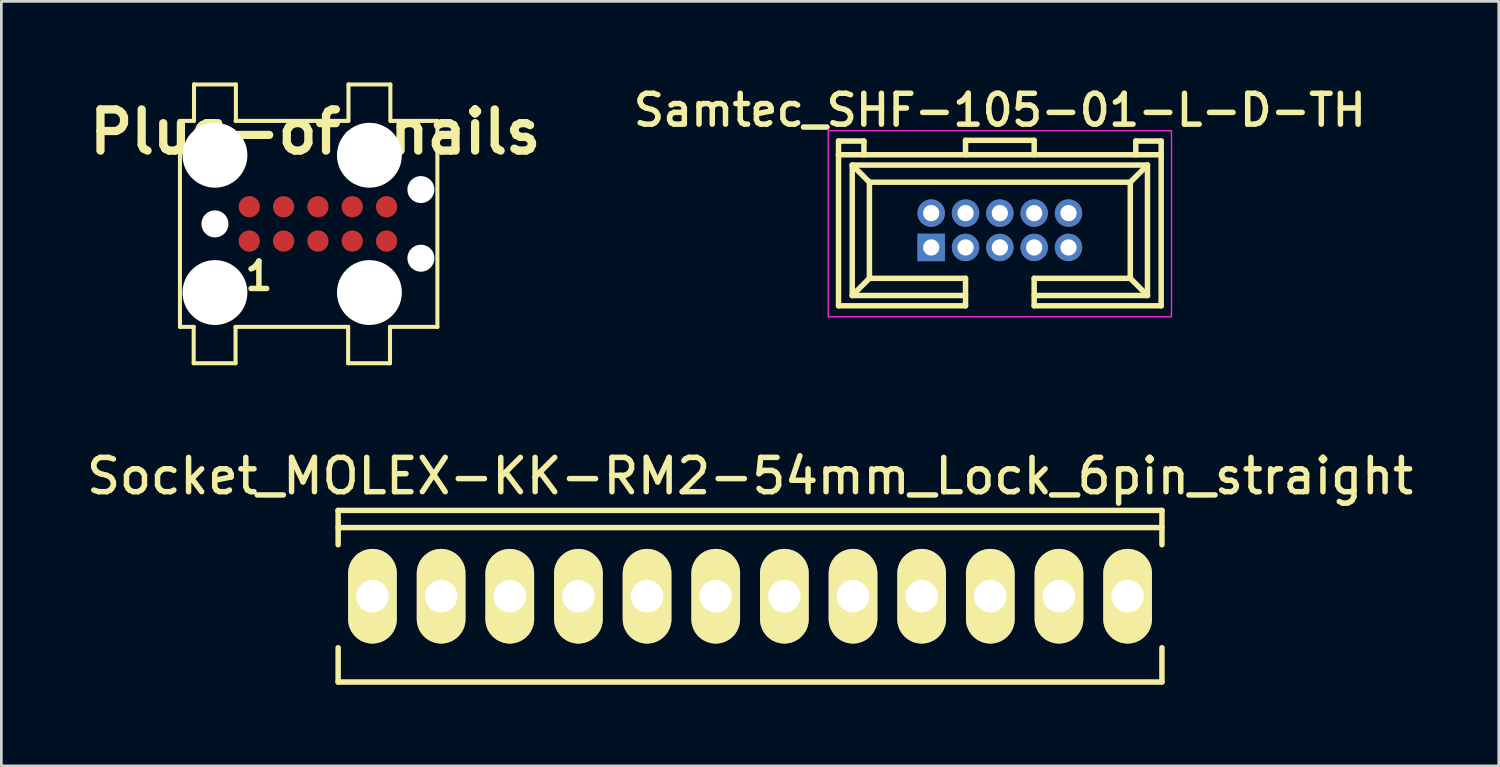
<source format=kicad_pcb>
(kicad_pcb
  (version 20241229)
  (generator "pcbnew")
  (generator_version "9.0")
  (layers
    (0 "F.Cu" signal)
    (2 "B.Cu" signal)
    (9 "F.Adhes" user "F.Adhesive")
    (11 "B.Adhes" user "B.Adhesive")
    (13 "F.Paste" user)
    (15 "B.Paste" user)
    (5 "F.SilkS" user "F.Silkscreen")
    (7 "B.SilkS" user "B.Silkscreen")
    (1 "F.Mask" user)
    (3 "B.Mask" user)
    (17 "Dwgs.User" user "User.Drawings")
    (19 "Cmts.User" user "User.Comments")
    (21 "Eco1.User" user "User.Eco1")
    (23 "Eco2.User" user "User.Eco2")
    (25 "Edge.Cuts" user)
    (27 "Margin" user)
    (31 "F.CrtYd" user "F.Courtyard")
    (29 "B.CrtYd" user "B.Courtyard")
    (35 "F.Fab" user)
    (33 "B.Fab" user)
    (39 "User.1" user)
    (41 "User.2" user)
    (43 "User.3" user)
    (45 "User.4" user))
  (footprint "Socket_MOLEX-KK-RM2-54mm_Lock_6pin_straight"
    (layer "F.Cu")
    (at 24.701 19.01)
    (property "Reference" "Socket_MOLEX-KK-RM2-54mm_Lock_6pin_straight" (at 0 -4.445 0) (layer "F.SilkS") (effects (font (size 1.27 1.27) (thickness 0.203))))
    (attr through_hole)
    (fp_line (start -15.24 -3.175) (end 15.24 -3.175) (stroke (width 0.203) (type solid)) (layer "F.SilkS"))
    (fp_line (start -15.24 -1.905) (end -15.24 -3.175) (stroke (width 0.203) (type solid)) (layer "F.SilkS"))
    (fp_line (start -15.24 3.175) (end -15.24 1.905) (stroke (width 0.203) (type solid)) (layer "F.SilkS"))
    (fp_line (start -15.24 3.175) (end 15.24 3.175) (stroke (width 0.203) (type solid)) (layer "F.SilkS"))
    (fp_line (start 15.24 -3.175) (end 15.24 -1.905) (stroke (width 0.203) (type solid)) (layer "F.SilkS"))
    (fp_line (start 15.24 -2.54) (end -15.24 -2.54) (stroke (width 0.203) (type solid)) (layer "F.SilkS"))
    (fp_line (start 15.24 3.175) (end 15.24 1.905) (stroke (width 0.203) (type solid)) (layer "F.SilkS"))
    (pad "1" thru_hole oval (at -13.97 0) (size 1.801 3.5) (drill 1.2) (layers "*.Cu" "*.Mask" "F.SilkS"))
    (pad "2" thru_hole oval (at -11.43 0) (size 1.801 3.5) (drill 1.2) (layers "*.Cu" "*.Mask" "F.SilkS"))
    (pad "3" thru_hole oval (at -8.89 0) (size 1.801 3.5) (drill 1.2) (layers "*.Cu" "*.Mask" "F.SilkS"))
    (pad "4" thru_hole oval (at -6.35 0) (size 1.801 3.5) (drill 1.2) (layers "*.Cu" "*.Mask" "F.SilkS"))
    (pad "5" thru_hole oval (at -3.81 0) (size 1.801 3.5) (drill 1.2) (layers "*.Cu" "*.Mask" "F.SilkS"))
    (pad "6" thru_hole oval (at -1.27 0) (size 1.801 3.5) (drill 1.2) (layers "*.Cu" "*.Mask" "F.SilkS"))
    (pad "7" thru_hole oval (at 1.27 0) (size 1.801 3.5) (drill 1.2) (layers "*.Cu" "*.Mask" "F.SilkS"))
    (pad "8" thru_hole oval (at 3.81 0) (size 1.801 3.5) (drill 1.2) (layers "*.Cu" "*.Mask" "F.SilkS"))
    (pad "9" thru_hole oval (at 6.35 0) (size 1.801 3.5) (drill 1.2) (layers "*.Cu" "*.Mask" "F.SilkS"))
    (pad "10" thru_hole oval (at 8.89 0) (size 1.801 3.5) (drill 1.2) (layers "*.Cu" "*.Mask" "F.SilkS"))
    (pad "11" thru_hole oval (at 11.43 0) (size 1.801 3.5) (drill 1.2) (layers "*.Cu" "*.Mask" "F.SilkS"))
    (pad "12" thru_hole oval (at 13.97 0) (size 1.801 3.5) (drill 1.2) (layers "*.Cu" "*.Mask" "F.SilkS")))
  (footprint "Samtec_SHF-105-01-L-D-TH"
    (layer "F.Cu")
    (at 33.944 5.47)
    (property "Reference" "Samtec_SHF-105-01-L-D-TH" (at 0 -4.445 0) (layer "F.SilkS") (effects (font (size 1.143 1.143) (thickness 0.203))))
    (attr through_hole)
    (fp_line (start -5.969 -3.302) (end -5.029 -3.302) (stroke (width 0.203) (type solid)) (layer "F.SilkS"))
    (fp_line (start -5.969 -2.794) (end -5.969 2.794) (stroke (width 0.203) (type solid)) (layer "F.SilkS"))
    (fp_line (start -5.969 -2.769) (end -5.969 -3.302) (stroke (width 0.203) (type solid)) (layer "F.SilkS"))
    (fp_line (start -5.969 2.794) (end -1.27 2.794) (stroke (width 0.203) (type solid)) (layer "F.SilkS"))
    (fp_line (start -5.461 -2.413) (end -5.461 2.413) (stroke (width 0.203) (type solid)) (layer "F.SilkS"))
    (fp_line (start -5.461 2.413) (end -1.27 2.413) (stroke (width 0.203) (type solid)) (layer "F.SilkS"))
    (fp_line (start -5.029 -3.302) (end -5.029 -2.794) (stroke (width 0.203) (type solid)) (layer "F.SilkS"))
    (fp_line (start -4.826 -1.778) (end -5.461 -2.413) (stroke (width 0.203) (type solid)) (layer "F.SilkS"))
    (fp_line (start -4.826 -1.778) (end -4.826 1.778) (stroke (width 0.203) (type solid)) (layer "F.SilkS"))
    (fp_line (start -4.826 -1.778) (end 4.826 -1.778) (stroke (width 0.203) (type solid)) (layer "F.SilkS"))
    (fp_line (start -4.826 1.778) (end -5.461 2.413) (stroke (width 0.203) (type solid)) (layer "F.SilkS"))
    (fp_line (start -4.826 1.778) (end -1.27 1.778) (stroke (width 0.203) (type solid)) (layer "F.SilkS"))
    (fp_line (start -1.27 -3.327) (end 1.27 -3.327) (stroke (width 0.203) (type solid)) (layer "F.SilkS"))
    (fp_line (start -1.27 -2.794) (end -1.27 -3.327) (stroke (width 0.203) (type solid)) (layer "F.SilkS"))
    (fp_line (start -1.27 1.778) (end -1.27 2.794) (stroke (width 0.203) (type solid)) (layer "F.SilkS"))
    (fp_line (start 1.27 -3.327) (end 1.27 -2.794) (stroke (width 0.203) (type solid)) (layer "F.SilkS"))
    (fp_line (start 1.27 1.778) (end 1.27 2.794) (stroke (width 0.203) (type solid)) (layer "F.SilkS"))
    (fp_line (start 1.27 2.413) (end 5.461 2.413) (stroke (width 0.203) (type solid)) (layer "F.SilkS"))
    (fp_line (start 1.27 2.794) (end 5.969 2.794) (stroke (width 0.203) (type solid)) (layer "F.SilkS"))
    (fp_line (start 4.826 -1.778) (end 4.826 1.778) (stroke (width 0.203) (type solid)) (layer "F.SilkS"))
    (fp_line (start 4.826 -1.778) (end 5.461 -2.413) (stroke (width 0.203) (type solid)) (layer "F.SilkS"))
    (fp_line (start 4.826 1.778) (end 1.27 1.778) (stroke (width 0.203) (type solid)) (layer "F.SilkS"))
    (fp_line (start 4.826 1.778) (end 5.461 2.413) (stroke (width 0.203) (type solid)) (layer "F.SilkS"))
    (fp_line (start 5.029 -3.302) (end 5.029 -2.794) (stroke (width 0.203) (type solid)) (layer "F.SilkS"))
    (fp_line (start 5.461 -2.413) (end -5.461 -2.413) (stroke (width 0.203) (type solid)) (layer "F.SilkS"))
    (fp_line (start 5.461 2.413) (end 5.461 -2.413) (stroke (width 0.203) (type solid)) (layer "F.SilkS"))
    (fp_line (start 5.969 -3.302) (end 5.029 -3.302) (stroke (width 0.203) (type solid)) (layer "F.SilkS"))
    (fp_line (start 5.969 -2.794) (end -5.969 -2.794) (stroke (width 0.203) (type solid)) (layer "F.SilkS"))
    (fp_line (start 5.969 -2.794) (end 5.969 -3.302) (stroke (width 0.203) (type solid)) (layer "F.SilkS"))
    (fp_line (start 5.969 2.794) (end 5.969 -2.794) (stroke (width 0.203) (type solid)) (layer "F.SilkS"))
    (fp_line (start -6.35 -3.683) (end 6.35 -3.683) (stroke (width 0.05) (type solid)) (layer "F.CrtYd"))
    (fp_line (start -6.35 3.175) (end -6.35 -3.683) (stroke (width 0.05) (type solid)) (layer "F.CrtYd"))
    (fp_line (start 6.35 -3.683) (end 6.35 3.175) (stroke (width 0.05) (type solid)) (layer "F.CrtYd"))
    (fp_line (start 6.35 3.2) (end -6.35 3.2) (stroke (width 0.05) (type solid)) (layer "F.CrtYd"))
    (pad "1" thru_hole rect (at -2.54 0.635) (size 1.016 1.016) (drill 0.6) (layers "*.Cu" "*.Mask"))
    (pad "2" thru_hole circle (at -2.54 -0.635) (size 1.016 1.016) (drill 0.6) (layers "*.Cu" "*.Mask"))
    (pad "3" thru_hole circle (at -1.27 0.635) (size 1.016 1.016) (drill 0.6) (layers "*.Cu" "*.Mask"))
    (pad "4" thru_hole oval (at -1.27 -0.635) (size 1.016 1.016) (drill 0.6) (layers "*.Cu" "*.Mask"))
    (pad "5" thru_hole circle (at 0 0.635) (size 1.016 1.016) (drill 0.6) (layers "*.Cu" "*.Mask"))
    (pad "6" thru_hole circle (at 0 -0.635) (size 1.016 1.016) (drill 0.6) (layers "*.Cu" "*.Mask"))
    (pad "7" thru_hole circle (at 1.27 0.635) (size 1.016 1.016) (drill 0.6) (layers "*.Cu" "*.Mask"))
    (pad "8" thru_hole circle (at 1.27 -0.635) (size 1.016 1.016) (drill 0.6) (layers "*.Cu" "*.Mask"))
    (pad "9" thru_hole circle (at 2.54 0.635) (size 1.016 1.016) (drill 0.6) (layers "*.Cu" "*.Mask"))
    (pad "10" thru_hole circle (at 2.54 -0.635) (size 1.016 1.016) (drill 0.6) (layers "*.Cu" "*.Mask")))
  (footprint "Plug-of-nails"
    (layer "F.Cu")
    (at 8.713 5.234)
    (property "Reference" "Plug-of-nails" (at -0.099 -3.401 0) (layer "F.SilkS") (effects (font (size 1.524 1.524) (thickness 0.305))))
    (attr through_hole)
    (fp_line (start -5.105 -3.81) (end -4.597 -3.81) (stroke (width 0.15) (type solid)) (layer "F.SilkS"))
    (fp_line (start -5.105 3.81) (end -5.105 -3.81) (stroke (width 0.15) (type solid)) (layer "F.SilkS"))
    (fp_line (start -4.597 3.81) (end -5.105 3.81) (stroke (width 0.15) (type solid)) (layer "F.SilkS"))
    (fp_line (start -4.597 3.81) (end -4.597 5.156) (stroke (width 0.15) (type solid)) (layer "F.SilkS"))
    (fp_line (start -4.597 5.156) (end -3.048 5.156) (stroke (width 0.15) (type solid)) (layer "F.SilkS"))
    (fp_line (start -4.585 -5.159) (end -4.585 -3.813) (stroke (width 0.15) (type solid)) (layer "F.SilkS"))
    (fp_line (start -3.048 -3.81) (end 1.118 -3.81) (stroke (width 0.15) (type solid)) (layer "F.SilkS"))
    (fp_line (start -3.048 3.81) (end 1.118 3.81) (stroke (width 0.15) (type solid)) (layer "F.SilkS"))
    (fp_line (start -3.048 5.156) (end -3.048 3.81) (stroke (width 0.15) (type solid)) (layer "F.SilkS"))
    (fp_line (start -3.035 -5.159) (end -4.585 -5.159) (stroke (width 0.15) (type solid)) (layer "F.SilkS"))
    (fp_line (start -3.035 -3.81) (end -3.035 -5.156) (stroke (width 0.15) (type solid)) (layer "F.SilkS"))
    (fp_line (start 1.118 3.81) (end 1.118 5.156) (stroke (width 0.15) (type solid)) (layer "F.SilkS"))
    (fp_line (start 1.118 5.156) (end 2.667 5.156) (stroke (width 0.15) (type solid)) (layer "F.SilkS"))
    (fp_line (start 1.13 -5.159) (end 1.13 -3.813) (stroke (width 0.15) (type solid)) (layer "F.SilkS"))
    (fp_line (start 2.667 3.81) (end 4.42 3.81) (stroke (width 0.15) (type solid)) (layer "F.SilkS"))
    (fp_line (start 2.667 5.156) (end 2.667 3.81) (stroke (width 0.15) (type solid)) (layer "F.SilkS"))
    (fp_line (start 2.68 -5.159) (end 1.13 -5.159) (stroke (width 0.15) (type solid)) (layer "F.SilkS"))
    (fp_line (start 2.68 -3.81) (end 2.68 -5.156) (stroke (width 0.15) (type solid)) (layer "F.SilkS"))
    (fp_line (start 4.42 -3.81) (end 2.692 -3.81) (stroke (width 0.15) (type solid)) (layer "F.SilkS"))
    (fp_line (start 4.42 3.81) (end 4.42 -3.81) (stroke (width 0.15) (type solid)) (layer "F.SilkS"))
    (fp_text user "1" (at -2.184 1.93 0) (layer "F.SilkS") (effects (font (size 1.016 1.016) (thickness 0.203))))
    (pad "" np_thru_hole circle (at -3.81 -2.54) (size 2.4 2.4) (drill 2.4) (layers "*.Cu" "*.Mask"))
    (pad "" np_thru_hole circle (at -3.81 0) (size 1 1) (drill 1) (layers "*.Cu" "*.Mask"))
    (pad "" np_thru_hole circle (at -3.81 2.54) (size 2.4 2.4) (drill 2.4) (layers "*.Cu" "*.Mask"))
    (pad "" np_thru_hole circle (at 1.905 -2.54) (size 2.4 2.4) (drill 2.4) (layers "*.Cu" "*.Mask"))
    (pad "" np_thru_hole circle (at 1.905 2.54) (size 2.4 2.4) (drill 2.4) (layers "*.Cu" "*.Mask"))
    (pad "" np_thru_hole circle (at 3.81 -1.27) (size 1 1) (drill 1) (layers "*.Cu" "*.Mask"))
    (pad "" np_thru_hole circle (at 3.81 1.27) (size 1 1) (drill 1) (layers "*.Cu" "*.Mask"))
    (pad "1" smd circle (at -2.54 0.635) (size 0.787 0.787) (layers "F.Cu" "F.Mask"))
    (pad "2" smd circle (at -1.27 0.635) (size 0.787 0.787) (layers "F.Cu" "F.Mask"))
    (pad "3" smd circle (at 0 0.635) (size 0.787 0.787) (layers "F.Cu" "F.Mask"))
    (pad "4" smd circle (at 1.27 0.635) (size 0.787 0.787) (layers "F.Cu" "F.Mask"))
    (pad "5" smd circle (at 2.54 0.635) (size 0.787 0.787) (layers "F.Cu" "F.Mask"))
    (pad "6" smd circle (at 2.54 -0.635) (size 0.787 0.787) (layers "F.Cu" "F.Mask"))
    (pad "7" smd circle (at 1.27 -0.635) (size 0.787 0.787) (layers "F.Cu" "F.Mask"))
    (pad "8" smd circle (at 0 -0.635) (size 0.787 0.787) (layers "F.Cu" "F.Mask"))
    (pad "9" smd circle (at -1.27 -0.635) (size 0.787 0.787) (layers "F.Cu" "F.Mask"))
    (pad "10" smd circle (at -2.54 -0.635) (size 0.787 0.787) (layers "F.Cu" "F.Mask")))
  (gr_rect
    (start -3 -3)
    (end 52.402 25.286)
    (stroke (width 0.1) (type default))
    (fill no)
    (layer "Edge.Cuts")))
</source>
